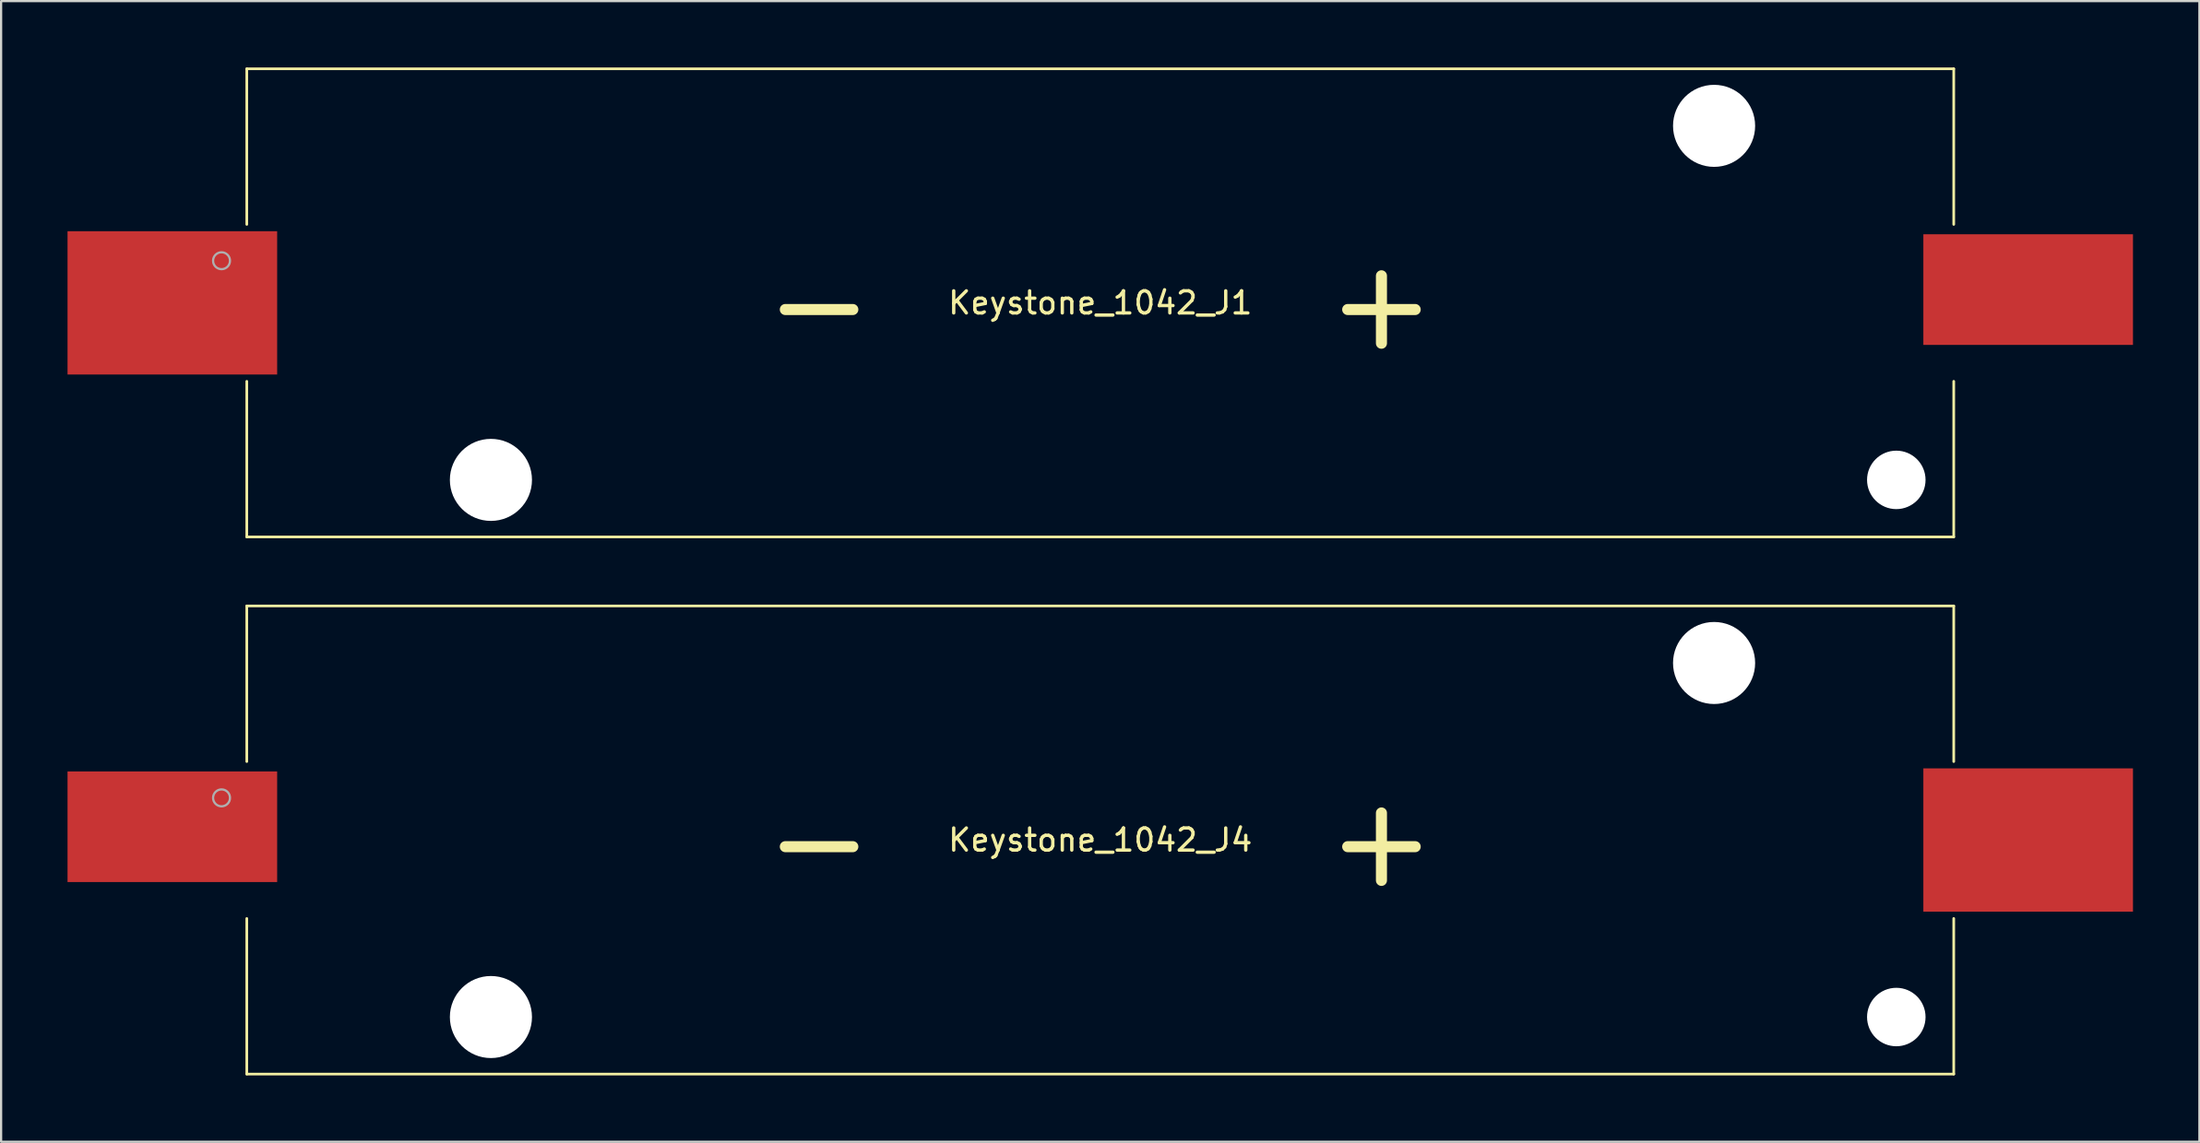
<source format=kicad_pcb>
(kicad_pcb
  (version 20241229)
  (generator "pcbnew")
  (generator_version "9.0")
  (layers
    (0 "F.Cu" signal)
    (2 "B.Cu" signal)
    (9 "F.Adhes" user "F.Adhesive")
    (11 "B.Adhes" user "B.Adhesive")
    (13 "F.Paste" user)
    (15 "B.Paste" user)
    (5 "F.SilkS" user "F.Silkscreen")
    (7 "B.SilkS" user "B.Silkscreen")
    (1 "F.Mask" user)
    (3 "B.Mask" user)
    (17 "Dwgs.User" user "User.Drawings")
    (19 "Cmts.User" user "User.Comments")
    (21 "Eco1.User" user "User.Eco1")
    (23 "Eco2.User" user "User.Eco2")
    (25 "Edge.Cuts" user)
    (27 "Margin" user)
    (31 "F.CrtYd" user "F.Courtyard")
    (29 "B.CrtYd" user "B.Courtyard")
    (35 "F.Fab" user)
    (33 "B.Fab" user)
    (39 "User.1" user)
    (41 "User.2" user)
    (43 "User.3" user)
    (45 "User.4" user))
  (footprint "Keystone_1042_J4"
    (layer "F.Cu")
    (at 46.644 34.917)
    (property "Reference" "Keystone_1042_J4" (at 0 0 180) (layer "F.SilkS") (effects (font (size 1 1) (thickness 0.15))))
    (attr smd)
    (fp_line (start -38.548 -10.579) (end -38.548 -3.546) (stroke (width 0.12) (type solid)) (layer "F.SilkS"))
    (fp_line (start -38.548 10.579) (end -38.548 3.546) (stroke (width 0.12) (type solid)) (layer "F.SilkS"))
    (fp_line (start -38.548 10.579) (end 38.548 10.579) (stroke (width 0.12) (type solid)) (layer "F.SilkS"))
    (fp_line (start 38.548 -10.579) (end -38.548 -10.579) (stroke (width 0.12) (type solid)) (layer "F.SilkS"))
    (fp_line (start 38.548 -3.546) (end 38.548 -10.579) (stroke (width 0.12) (type solid)) (layer "F.SilkS"))
    (fp_line (start 38.548 10.579) (end 38.548 3.546) (stroke (width 0.12) (type solid)) (layer "F.SilkS"))
    (fp_circle (center -39.688 -1.905) (end -39.306 -1.905) (stroke (width 0.1) (type solid)) (fill no) (layer "F.Fab"))
    (fp_text user "+" (at 12.7 0 180) (layer "F.SilkS") (effects (font (size 4 4) (thickness 0.5))))
    (fp_text user "-" (at -12.7 0 180) (layer "F.SilkS") (effects (font (size 4 4) (thickness 0.5))))
    (fp_text user "Copyright 2021 Accelerated Designs. All rights reserved." (at 0 0 180) (layer "Cmts.User") (effects (font (size 0.127 0.127) (thickness 0.002))))
    (pad "" np_thru_hole circle (at -27.521 8.001) (size 3.708 3.708) (drill 3.708) (layers "*.Cu" "*.Mask"))
    (pad "" np_thru_hole circle (at 27.724 -8.001) (size 3.708 3.708) (drill 3.708) (layers "*.Cu" "*.Mask"))
    (pad "" np_thru_hole circle (at 35.954 8.001) (size 2.642 2.642) (drill 2.642) (layers "*.Cu" "*.Mask"))
    (pad "1" smd rect (at -41.91 -0.6) (size 9.468 5) (layers "F.Cu" "F.Mask" "F.Paste"))
    (pad "2" smd rect (at 41.91 0) (size 9.468 6.477) (layers "F.Cu" "F.Mask" "F.Paste")))
  (footprint "Keystone_1042_J1"
    (layer "F.Cu")
    (at 46.644 10.639)
    (property "Reference" "Keystone_1042_J1" (at 0 0 0) (layer "F.SilkS") (effects (font (size 1 1) (thickness 0.15))))
    (attr smd)
    (fp_line (start -38.548 -10.579) (end -38.548 -3.546) (stroke (width 0.12) (type solid)) (layer "F.SilkS"))
    (fp_line (start -38.548 10.579) (end -38.548 3.546) (stroke (width 0.12) (type solid)) (layer "F.SilkS"))
    (fp_line (start -38.548 10.579) (end 38.548 10.579) (stroke (width 0.12) (type solid)) (layer "F.SilkS"))
    (fp_line (start 38.548 -10.579) (end -38.548 -10.579) (stroke (width 0.12) (type solid)) (layer "F.SilkS"))
    (fp_line (start 38.548 -3.546) (end 38.548 -10.579) (stroke (width 0.12) (type solid)) (layer "F.SilkS"))
    (fp_line (start 38.548 10.579) (end 38.548 3.546) (stroke (width 0.12) (type solid)) (layer "F.SilkS"))
    (fp_circle (center -39.688 -1.905) (end -39.306 -1.905) (stroke (width 0.1) (type solid)) (fill no) (layer "F.Fab"))
    (fp_text user "-" (at -12.7 0 0) (layer "F.SilkS") (effects (font (size 4 4) (thickness 0.5))))
    (fp_text user "+" (at 12.7 0 0) (layer "F.SilkS") (effects (font (size 4 4) (thickness 0.5))))
    (fp_text user "Copyright 2021 Accelerated Designs. All rights reserved." (at 0 0 0) (layer "Cmts.User") (effects (font (size 0.127 0.127) (thickness 0.002))))
    (pad "" np_thru_hole circle (at -27.521 8.001) (size 3.708 3.708) (drill 3.708) (layers "*.Cu" "*.Mask"))
    (pad "" np_thru_hole circle (at 27.724 -8.001) (size 3.708 3.708) (drill 3.708) (layers "*.Cu" "*.Mask"))
    (pad "" np_thru_hole circle (at 35.954 8.001) (size 2.642 2.642) (drill 2.642) (layers "*.Cu" "*.Mask"))
    (pad "1" smd rect (at -41.91 0) (size 9.468 6.477) (layers "F.Cu" "F.Mask" "F.Paste"))
    (pad "2" smd rect (at 41.91 -0.6) (size 9.468 5) (layers "F.Cu" "F.Mask" "F.Paste")))
  (gr_rect
    (start -3 -3)
    (end 96.288 48.556)
    (stroke (width 0.1) (type default))
    (fill no)
    (layer "Edge.Cuts")))
</source>
